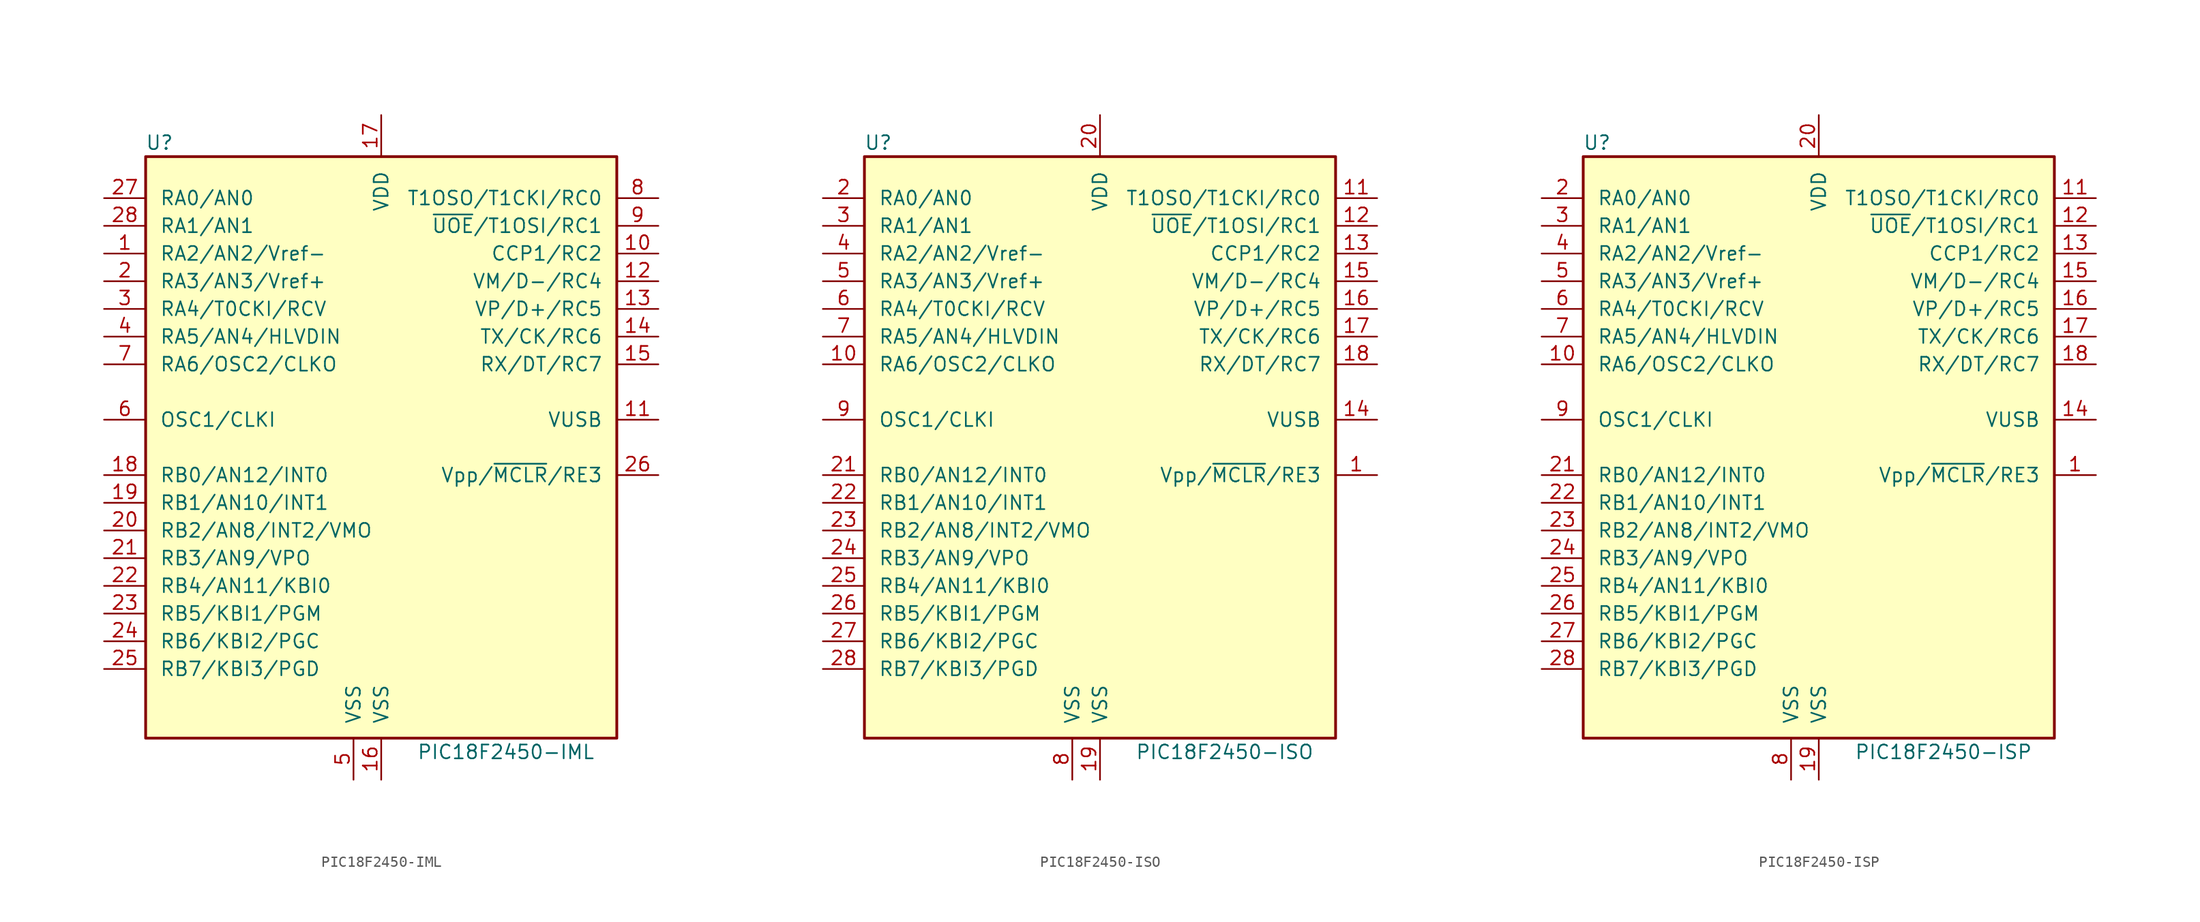
<source format=kicad_sym>
(kicad_symbol_lib
  (version 20201005)
  (generator kicad_symbol_editor)
  (symbol "MCU_Microchip_PIC18:PIC18F2450-IML"
    (pin_names
      (offset 1.27))
    (property "Reference" "U"
      (at -20.32 27.94 0)
      (effects (font (size 1.27 1.27))))
    (property "Value" "PIC18F2450-IML"
      (at 11.43 -27.94 0)
      (effects (font (size 1.27 1.27))))
    (symbol "PIC18F2450-IML_0_1"
      (rectangle (start -21.59 26.67) (end 21.59 -26.67) (stroke (width 0.254)) (fill (type background))))
    (symbol "PIC18F2450-IML_1_1"
      (pin bidirectional line (at -25.4 17.78 0) (length 3.81) (name "RA2/AN2/Vref-" (effects (font (size 1.27 1.27)))) (number "1" (effects (font (size 1.27 1.27)))))
      (pin bidirectional line (at 25.4 17.78 180) (length 3.81) (name "CCP1/RC2" (effects (font (size 1.27 1.27)))) (number "10" (effects (font (size 1.27 1.27)))))
      (pin bidirectional line (at 25.4 2.54 180) (length 3.81) (name "VUSB" (effects (font (size 1.27 1.27)))) (number "11" (effects (font (size 1.27 1.27)))))
      (pin bidirectional line (at 25.4 15.24 180) (length 3.81) (name "VM/D-/RC4" (effects (font (size 1.27 1.27)))) (number "12" (effects (font (size 1.27 1.27)))))
      (pin bidirectional line (at 25.4 12.7 180) (length 3.81) (name "VP/D+/RC5" (effects (font (size 1.27 1.27)))) (number "13" (effects (font (size 1.27 1.27)))))
      (pin bidirectional line (at 25.4 10.16 180) (length 3.81) (name "TX/CK/RC6" (effects (font (size 1.27 1.27)))) (number "14" (effects (font (size 1.27 1.27)))))
      (pin bidirectional line (at 25.4 7.62 180) (length 3.81) (name "RX/DT/RC7" (effects (font (size 1.27 1.27)))) (number "15" (effects (font (size 1.27 1.27)))))
      (pin power_in line (at 0 -30.48 90) (length 3.81) (name "VSS" (effects (font (size 1.27 1.27)))) (number "16" (effects (font (size 1.27 1.27)))))
      (pin power_in line (at 0 30.48 270) (length 3.81) (name "VDD" (effects (font (size 1.27 1.27)))) (number "17" (effects (font (size 1.27 1.27)))))
      (pin bidirectional line (at -25.4 -2.54 0) (length 3.81) (name "RB0/AN12/INT0" (effects (font (size 1.27 1.27)))) (number "18" (effects (font (size 1.27 1.27)))))
      (pin bidirectional line (at -25.4 -5.08 0) (length 3.81) (name "RB1/AN10/INT1" (effects (font (size 1.27 1.27)))) (number "19" (effects (font (size 1.27 1.27)))))
      (pin bidirectional line (at -25.4 15.24 0) (length 3.81) (name "RA3/AN3/Vref+" (effects (font (size 1.27 1.27)))) (number "2" (effects (font (size 1.27 1.27)))))
      (pin bidirectional line (at -25.4 -7.62 0) (length 3.81) (name "RB2/AN8/INT2/VMO" (effects (font (size 1.27 1.27)))) (number "20" (effects (font (size 1.27 1.27)))))
      (pin bidirectional line (at -25.4 -10.16 0) (length 3.81) (name "RB3/AN9/VPO" (effects (font (size 1.27 1.27)))) (number "21" (effects (font (size 1.27 1.27)))))
      (pin bidirectional line (at -25.4 -12.7 0) (length 3.81) (name "RB4/AN11/KBI0" (effects (font (size 1.27 1.27)))) (number "22" (effects (font (size 1.27 1.27)))))
      (pin bidirectional line (at -25.4 -15.24 0) (length 3.81) (name "RB5/KBI1/PGM" (effects (font (size 1.27 1.27)))) (number "23" (effects (font (size 1.27 1.27)))))
      (pin bidirectional line (at -25.4 -17.78 0) (length 3.81) (name "RB6/KBI2/PGC" (effects (font (size 1.27 1.27)))) (number "24" (effects (font (size 1.27 1.27)))))
      (pin bidirectional line (at -25.4 -20.32 0) (length 3.81) (name "RB7/KBI3/PGD" (effects (font (size 1.27 1.27)))) (number "25" (effects (font (size 1.27 1.27)))))
      (pin input line (at 25.4 -2.54 180) (length 3.81) (name "Vpp/~MCLR~/RE3" (effects (font (size 1.27 1.27)))) (number "26" (effects (font (size 1.27 1.27)))))
      (pin bidirectional line (at -25.4 22.86 0) (length 3.81) (name "RA0/AN0" (effects (font (size 1.27 1.27)))) (number "27" (effects (font (size 1.27 1.27)))))
      (pin bidirectional line (at -25.4 20.32 0) (length 3.81) (name "RA1/AN1" (effects (font (size 1.27 1.27)))) (number "28" (effects (font (size 1.27 1.27)))))
      (pin bidirectional line (at -25.4 12.7 0) (length 3.81) (name "RA4/T0CKI/RCV" (effects (font (size 1.27 1.27)))) (number "3" (effects (font (size 1.27 1.27)))))
      (pin bidirectional line (at -25.4 10.16 0) (length 3.81) (name "RA5/AN4/HLVDIN" (effects (font (size 1.27 1.27)))) (number "4" (effects (font (size 1.27 1.27)))))
      (pin power_in line (at -2.54 -30.48 90) (length 3.81) (name "VSS" (effects (font (size 1.27 1.27)))) (number "5" (effects (font (size 1.27 1.27)))))
      (pin input line (at -25.4 2.54 0) (length 3.81) (name "OSC1/CLKI" (effects (font (size 1.27 1.27)))) (number "6" (effects (font (size 1.27 1.27)))))
      (pin output line (at -25.4 7.62 0) (length 3.81) (name "RA6/OSC2/CLKO" (effects (font (size 1.27 1.27)))) (number "7" (effects (font (size 1.27 1.27)))))
      (pin bidirectional line (at 25.4 22.86 180) (length 3.81) (name "T1OSO/T1CKI/RC0" (effects (font (size 1.27 1.27)))) (number "8" (effects (font (size 1.27 1.27)))))
      (pin bidirectional line (at 25.4 20.32 180) (length 3.81) (name "~UOE~/T1OSI/RC1" (effects (font (size 1.27 1.27)))) (number "9" (effects (font (size 1.27 1.27)))))))
  (symbol "MCU_Microchip_PIC18:PIC18F2450-ISO"
    (pin_names
      (offset 1.27))
    (property "Reference" "U"
      (at -20.32 27.94 0)
      (effects (font (size 1.27 1.27))))
    (property "Value" "PIC18F2450-ISO"
      (at 11.43 -27.94 0)
      (effects (font (size 1.27 1.27))))
    (symbol "PIC18F2450-ISO_0_1"
      (rectangle (start -21.59 26.67) (end 21.59 -26.67) (stroke (width 0.254)) (fill (type background))))
    (symbol "PIC18F2450-ISO_1_1"
      (pin input line (at 25.4 -2.54 180) (length 3.81) (name "Vpp/~MCLR~/RE3" (effects (font (size 1.27 1.27)))) (number "1" (effects (font (size 1.27 1.27)))))
      (pin output line (at -25.4 7.62 0) (length 3.81) (name "RA6/OSC2/CLKO" (effects (font (size 1.27 1.27)))) (number "10" (effects (font (size 1.27 1.27)))))
      (pin bidirectional line (at 25.4 22.86 180) (length 3.81) (name "T1OSO/T1CKI/RC0" (effects (font (size 1.27 1.27)))) (number "11" (effects (font (size 1.27 1.27)))))
      (pin bidirectional line (at 25.4 20.32 180) (length 3.81) (name "~UOE~/T1OSI/RC1" (effects (font (size 1.27 1.27)))) (number "12" (effects (font (size 1.27 1.27)))))
      (pin bidirectional line (at 25.4 17.78 180) (length 3.81) (name "CCP1/RC2" (effects (font (size 1.27 1.27)))) (number "13" (effects (font (size 1.27 1.27)))))
      (pin bidirectional line (at 25.4 2.54 180) (length 3.81) (name "VUSB" (effects (font (size 1.27 1.27)))) (number "14" (effects (font (size 1.27 1.27)))))
      (pin bidirectional line (at 25.4 15.24 180) (length 3.81) (name "VM/D-/RC4" (effects (font (size 1.27 1.27)))) (number "15" (effects (font (size 1.27 1.27)))))
      (pin bidirectional line (at 25.4 12.7 180) (length 3.81) (name "VP/D+/RC5" (effects (font (size 1.27 1.27)))) (number "16" (effects (font (size 1.27 1.27)))))
      (pin bidirectional line (at 25.4 10.16 180) (length 3.81) (name "TX/CK/RC6" (effects (font (size 1.27 1.27)))) (number "17" (effects (font (size 1.27 1.27)))))
      (pin bidirectional line (at 25.4 7.62 180) (length 3.81) (name "RX/DT/RC7" (effects (font (size 1.27 1.27)))) (number "18" (effects (font (size 1.27 1.27)))))
      (pin power_in line (at 0 -30.48 90) (length 3.81) (name "VSS" (effects (font (size 1.27 1.27)))) (number "19" (effects (font (size 1.27 1.27)))))
      (pin bidirectional line (at -25.4 22.86 0) (length 3.81) (name "RA0/AN0" (effects (font (size 1.27 1.27)))) (number "2" (effects (font (size 1.27 1.27)))))
      (pin power_in line (at 0 30.48 270) (length 3.81) (name "VDD" (effects (font (size 1.27 1.27)))) (number "20" (effects (font (size 1.27 1.27)))))
      (pin bidirectional line (at -25.4 -2.54 0) (length 3.81) (name "RB0/AN12/INT0" (effects (font (size 1.27 1.27)))) (number "21" (effects (font (size 1.27 1.27)))))
      (pin bidirectional line (at -25.4 -5.08 0) (length 3.81) (name "RB1/AN10/INT1" (effects (font (size 1.27 1.27)))) (number "22" (effects (font (size 1.27 1.27)))))
      (pin bidirectional line (at -25.4 -7.62 0) (length 3.81) (name "RB2/AN8/INT2/VMO" (effects (font (size 1.27 1.27)))) (number "23" (effects (font (size 1.27 1.27)))))
      (pin bidirectional line (at -25.4 -10.16 0) (length 3.81) (name "RB3/AN9/VPO" (effects (font (size 1.27 1.27)))) (number "24" (effects (font (size 1.27 1.27)))))
      (pin bidirectional line (at -25.4 -12.7 0) (length 3.81) (name "RB4/AN11/KBI0" (effects (font (size 1.27 1.27)))) (number "25" (effects (font (size 1.27 1.27)))))
      (pin bidirectional line (at -25.4 -15.24 0) (length 3.81) (name "RB5/KBI1/PGM" (effects (font (size 1.27 1.27)))) (number "26" (effects (font (size 1.27 1.27)))))
      (pin bidirectional line (at -25.4 -17.78 0) (length 3.81) (name "RB6/KBI2/PGC" (effects (font (size 1.27 1.27)))) (number "27" (effects (font (size 1.27 1.27)))))
      (pin bidirectional line (at -25.4 -20.32 0) (length 3.81) (name "RB7/KBI3/PGD" (effects (font (size 1.27 1.27)))) (number "28" (effects (font (size 1.27 1.27)))))
      (pin bidirectional line (at -25.4 20.32 0) (length 3.81) (name "RA1/AN1" (effects (font (size 1.27 1.27)))) (number "3" (effects (font (size 1.27 1.27)))))
      (pin bidirectional line (at -25.4 17.78 0) (length 3.81) (name "RA2/AN2/Vref-" (effects (font (size 1.27 1.27)))) (number "4" (effects (font (size 1.27 1.27)))))
      (pin bidirectional line (at -25.4 15.24 0) (length 3.81) (name "RA3/AN3/Vref+" (effects (font (size 1.27 1.27)))) (number "5" (effects (font (size 1.27 1.27)))))
      (pin bidirectional line (at -25.4 12.7 0) (length 3.81) (name "RA4/T0CKI/RCV" (effects (font (size 1.27 1.27)))) (number "6" (effects (font (size 1.27 1.27)))))
      (pin bidirectional line (at -25.4 10.16 0) (length 3.81) (name "RA5/AN4/HLVDIN" (effects (font (size 1.27 1.27)))) (number "7" (effects (font (size 1.27 1.27)))))
      (pin power_in line (at -2.54 -30.48 90) (length 3.81) (name "VSS" (effects (font (size 1.27 1.27)))) (number "8" (effects (font (size 1.27 1.27)))))
      (pin input line (at -25.4 2.54 0) (length 3.81) (name "OSC1/CLKI" (effects (font (size 1.27 1.27)))) (number "9" (effects (font (size 1.27 1.27)))))))
  (symbol "MCU_Microchip_PIC18:PIC18F2450-ISP"
    (pin_names
      (offset 1.27))
    (property "Reference" "U"
      (at -20.32 27.94 0)
      (effects (font (size 1.27 1.27))))
    (property "Value" "PIC18F2450-ISP"
      (at 11.43 -27.94 0)
      (effects (font (size 1.27 1.27))))
    (symbol "PIC18F2450-ISP_0_1"
      (rectangle (start -21.59 26.67) (end 21.59 -26.67) (stroke (width 0.254)) (fill (type background))))
    (symbol "PIC18F2450-ISP_1_1"
      (pin input line (at 25.4 -2.54 180) (length 3.81) (name "Vpp/~MCLR~/RE3" (effects (font (size 1.27 1.27)))) (number "1" (effects (font (size 1.27 1.27)))))
      (pin output line (at -25.4 7.62 0) (length 3.81) (name "RA6/OSC2/CLKO" (effects (font (size 1.27 1.27)))) (number "10" (effects (font (size 1.27 1.27)))))
      (pin bidirectional line (at 25.4 22.86 180) (length 3.81) (name "T1OSO/T1CKI/RC0" (effects (font (size 1.27 1.27)))) (number "11" (effects (font (size 1.27 1.27)))))
      (pin bidirectional line (at 25.4 20.32 180) (length 3.81) (name "~UOE~/T1OSI/RC1" (effects (font (size 1.27 1.27)))) (number "12" (effects (font (size 1.27 1.27)))))
      (pin bidirectional line (at 25.4 17.78 180) (length 3.81) (name "CCP1/RC2" (effects (font (size 1.27 1.27)))) (number "13" (effects (font (size 1.27 1.27)))))
      (pin bidirectional line (at 25.4 2.54 180) (length 3.81) (name "VUSB" (effects (font (size 1.27 1.27)))) (number "14" (effects (font (size 1.27 1.27)))))
      (pin bidirectional line (at 25.4 15.24 180) (length 3.81) (name "VM/D-/RC4" (effects (font (size 1.27 1.27)))) (number "15" (effects (font (size 1.27 1.27)))))
      (pin bidirectional line (at 25.4 12.7 180) (length 3.81) (name "VP/D+/RC5" (effects (font (size 1.27 1.27)))) (number "16" (effects (font (size 1.27 1.27)))))
      (pin bidirectional line (at 25.4 10.16 180) (length 3.81) (name "TX/CK/RC6" (effects (font (size 1.27 1.27)))) (number "17" (effects (font (size 1.27 1.27)))))
      (pin bidirectional line (at 25.4 7.62 180) (length 3.81) (name "RX/DT/RC7" (effects (font (size 1.27 1.27)))) (number "18" (effects (font (size 1.27 1.27)))))
      (pin power_in line (at 0 -30.48 90) (length 3.81) (name "VSS" (effects (font (size 1.27 1.27)))) (number "19" (effects (font (size 1.27 1.27)))))
      (pin bidirectional line (at -25.4 22.86 0) (length 3.81) (name "RA0/AN0" (effects (font (size 1.27 1.27)))) (number "2" (effects (font (size 1.27 1.27)))))
      (pin power_in line (at 0 30.48 270) (length 3.81) (name "VDD" (effects (font (size 1.27 1.27)))) (number "20" (effects (font (size 1.27 1.27)))))
      (pin bidirectional line (at -25.4 -2.54 0) (length 3.81) (name "RB0/AN12/INT0" (effects (font (size 1.27 1.27)))) (number "21" (effects (font (size 1.27 1.27)))))
      (pin bidirectional line (at -25.4 -5.08 0) (length 3.81) (name "RB1/AN10/INT1" (effects (font (size 1.27 1.27)))) (number "22" (effects (font (size 1.27 1.27)))))
      (pin bidirectional line (at -25.4 -7.62 0) (length 3.81) (name "RB2/AN8/INT2/VMO" (effects (font (size 1.27 1.27)))) (number "23" (effects (font (size 1.27 1.27)))))
      (pin bidirectional line (at -25.4 -10.16 0) (length 3.81) (name "RB3/AN9/VPO" (effects (font (size 1.27 1.27)))) (number "24" (effects (font (size 1.27 1.27)))))
      (pin bidirectional line (at -25.4 -12.7 0) (length 3.81) (name "RB4/AN11/KBI0" (effects (font (size 1.27 1.27)))) (number "25" (effects (font (size 1.27 1.27)))))
      (pin bidirectional line (at -25.4 -15.24 0) (length 3.81) (name "RB5/KBI1/PGM" (effects (font (size 1.27 1.27)))) (number "26" (effects (font (size 1.27 1.27)))))
      (pin bidirectional line (at -25.4 -17.78 0) (length 3.81) (name "RB6/KBI2/PGC" (effects (font (size 1.27 1.27)))) (number "27" (effects (font (size 1.27 1.27)))))
      (pin bidirectional line (at -25.4 -20.32 0) (length 3.81) (name "RB7/KBI3/PGD" (effects (font (size 1.27 1.27)))) (number "28" (effects (font (size 1.27 1.27)))))
      (pin bidirectional line (at -25.4 20.32 0) (length 3.81) (name "RA1/AN1" (effects (font (size 1.27 1.27)))) (number "3" (effects (font (size 1.27 1.27)))))
      (pin bidirectional line (at -25.4 17.78 0) (length 3.81) (name "RA2/AN2/Vref-" (effects (font (size 1.27 1.27)))) (number "4" (effects (font (size 1.27 1.27)))))
      (pin bidirectional line (at -25.4 15.24 0) (length 3.81) (name "RA3/AN3/Vref+" (effects (font (size 1.27 1.27)))) (number "5" (effects (font (size 1.27 1.27)))))
      (pin bidirectional line (at -25.4 12.7 0) (length 3.81) (name "RA4/T0CKI/RCV" (effects (font (size 1.27 1.27)))) (number "6" (effects (font (size 1.27 1.27)))))
      (pin bidirectional line (at -25.4 10.16 0) (length 3.81) (name "RA5/AN4/HLVDIN" (effects (font (size 1.27 1.27)))) (number "7" (effects (font (size 1.27 1.27)))))
      (pin power_in line (at -2.54 -30.48 90) (length 3.81) (name "VSS" (effects (font (size 1.27 1.27)))) (number "8" (effects (font (size 1.27 1.27)))))
      (pin input line (at -25.4 2.54 0) (length 3.81) (name "OSC1/CLKI" (effects (font (size 1.27 1.27)))) (number "9" (effects (font (size 1.27 1.27))))))))
</source>
